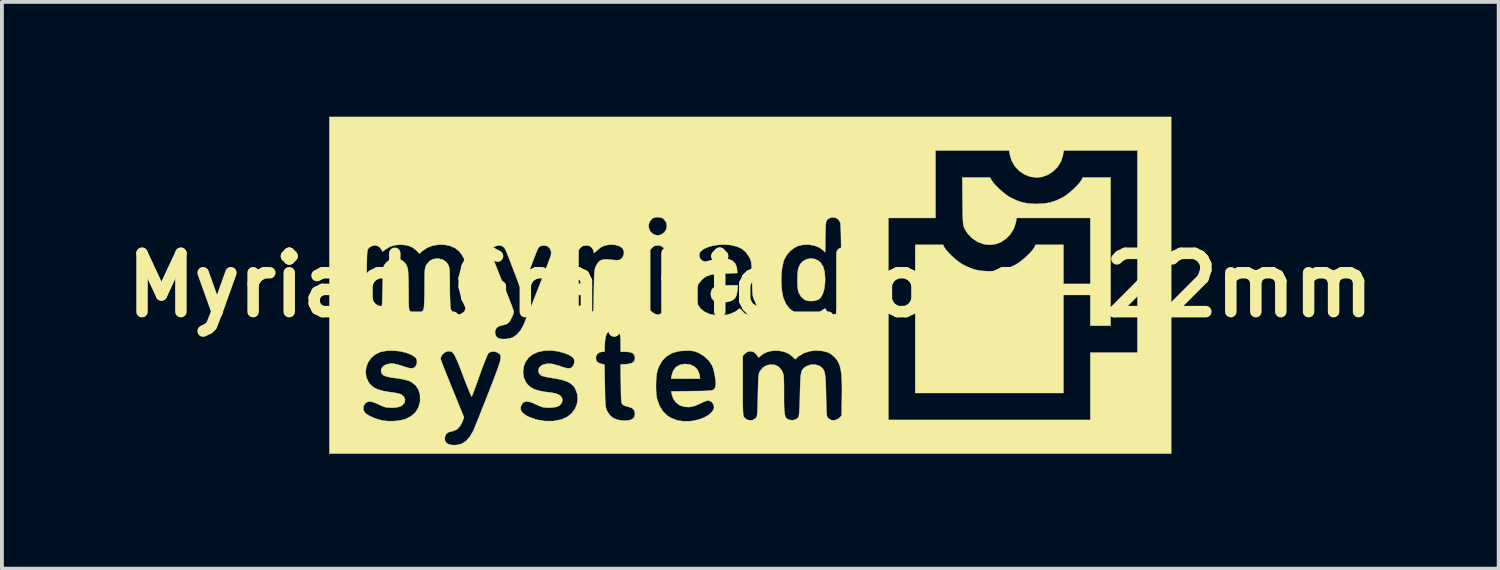
<source format=kicad_pcb>
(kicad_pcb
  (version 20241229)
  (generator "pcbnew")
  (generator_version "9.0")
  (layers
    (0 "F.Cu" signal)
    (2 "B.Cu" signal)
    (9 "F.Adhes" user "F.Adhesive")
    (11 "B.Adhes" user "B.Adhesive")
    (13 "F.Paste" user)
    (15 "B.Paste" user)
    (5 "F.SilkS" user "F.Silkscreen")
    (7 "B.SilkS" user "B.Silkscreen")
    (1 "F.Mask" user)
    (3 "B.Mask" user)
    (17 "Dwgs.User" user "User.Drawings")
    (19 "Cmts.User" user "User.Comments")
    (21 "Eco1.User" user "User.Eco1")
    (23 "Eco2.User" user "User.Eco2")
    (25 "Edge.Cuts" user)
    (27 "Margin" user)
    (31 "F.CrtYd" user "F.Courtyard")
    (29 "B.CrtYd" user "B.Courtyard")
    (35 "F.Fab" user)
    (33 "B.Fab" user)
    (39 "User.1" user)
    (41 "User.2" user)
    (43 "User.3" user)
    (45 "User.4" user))
  (footprint "Myriad_Graphic_Logo-22mm"
    (layer "F.Cu")
    (at 16.554 4.403)
    (property "Reference" "Myriad_Graphic_Logo-22mm" (at 0 0 0) (layer "F.SilkS") (effects (font (size 1.524 1.524) (thickness 0.3))))
    (attr exclude_from_pos_files exclude_from_bom)
    (fp_poly (pts (xy -1.562 2.076) (xy -1.455 2.128) (xy -1.377 2.21) (xy -1.332 2.318) (xy -1.325 2.354) (xy -1.314 2.441) (xy -2.069 2.441) (xy -2.054 2.359) (xy -2.014 2.233) (xy -1.945 2.141) (xy -1.849 2.082) (xy -1.725 2.058) (xy -1.693 2.058) (xy -1.562 2.076)) (stroke (width 0.01) (type solid)) (fill yes) (layer "F.SilkS"))
    (fp_poly (pts (xy -0.336 0.133) (xy -0.357 0.252) (xy -0.398 0.336) (xy -0.462 0.392) (xy -0.491 0.406) (xy -0.551 0.425) (xy -0.628 0.44) (xy -0.707 0.451) (xy -0.772 0.455) (xy -0.803 0.452) (xy -0.839 0.441) (xy -0.885 0.43) (xy -0.965 0.393) (xy -1.016 0.325) (xy -1.033 0.232) (xy -1.022 0.152) (xy -0.99 0.091) (xy -0.931 0.047) (xy -0.841 0.019) (xy -0.716 0.004) (xy -0.569 0) (xy -0.324 0) (xy -0.336 0.133)) (stroke (width 0.01) (type solid)) (fill yes) (layer "F.SilkS"))
    (fp_poly (pts (xy 5.069 -0.99) (xy 5.114 -0.924) (xy 5.186 -0.842) (xy 5.276 -0.754) (xy 5.373 -0.669) (xy 5.467 -0.595) (xy 5.545 -0.545) (xy 5.711 -0.462) (xy 5.867 -0.408) (xy 6.028 -0.377) (xy 6.211 -0.366) (xy 6.246 -0.366) (xy 6.434 -0.374) (xy 6.597 -0.401) (xy 6.753 -0.451) (xy 6.916 -0.529) (xy 6.946 -0.545) (xy 7.03 -0.6) (xy 7.125 -0.674) (xy 7.222 -0.76) (xy 7.311 -0.848) (xy 7.381 -0.929) (xy 7.422 -0.99) (xy 7.456 -1.056) (xy 8.181 -1.056) (xy 8.181 2.815) (xy 4.31 2.815) (xy 4.31 -1.056) (xy 5.035 -1.056) (xy 5.069 -0.99)) (stroke (width 0.01) (type solid)) (fill yes) (layer "F.SilkS"))
    (fp_poly (pts (xy 1.686 -0.686) (xy 1.786 -0.636) (xy 1.844 -0.583) (xy 1.905 -0.482) (xy 1.942 -0.346) (xy 1.955 -0.174) (xy 1.952 -0.065) (xy 1.932 0.097) (xy 1.894 0.227) (xy 1.839 0.322) (xy 1.792 0.365) (xy 1.711 0.399) (xy 1.61 0.413) (xy 1.509 0.408) (xy 1.426 0.383) (xy 1.414 0.376) (xy 1.326 0.299) (xy 1.267 0.195) (xy 1.252 0.151) (xy 1.24 0.082) (xy 1.233 -0.017) (xy 1.231 -0.132) (xy 1.233 -0.249) (xy 1.24 -0.354) (xy 1.252 -0.433) (xy 1.254 -0.443) (xy 1.303 -0.55) (xy 1.379 -0.63) (xy 1.474 -0.681) (xy 1.579 -0.7) (xy 1.686 -0.686)) (stroke (width 0.01) (type solid)) (fill yes) (layer "F.SilkS"))
    (fp_poly (pts (xy 6.3 -2.749) (xy 6.346 -2.683) (xy 6.418 -2.601) (xy 6.507 -2.513) (xy 6.604 -2.428) (xy 6.699 -2.354) (xy 6.776 -2.304) (xy 6.943 -2.222) (xy 7.098 -2.167) (xy 7.259 -2.136) (xy 7.442 -2.125) (xy 7.477 -2.125) (xy 7.665 -2.133) (xy 7.829 -2.16) (xy 7.984 -2.21) (xy 8.148 -2.288) (xy 8.178 -2.304) (xy 8.262 -2.359) (xy 8.357 -2.434) (xy 8.454 -2.52) (xy 8.542 -2.608) (xy 8.613 -2.688) (xy 8.654 -2.749) (xy 8.688 -2.815) (xy 9.412 -2.815) (xy 9.412 1.056) (xy 8.885 1.056) (xy 8.885 -1.759) (xy 6.959 -1.759) (xy 6.935 -1.629) (xy 6.884 -1.477) (xy 6.798 -1.337) (xy 6.682 -1.217) (xy 6.546 -1.126) (xy 6.413 -1.076) (xy 6.25 -1.056) (xy 6.088 -1.077) (xy 5.934 -1.136) (xy 5.796 -1.228) (xy 5.679 -1.351) (xy 5.608 -1.464) (xy 5.592 -1.497) (xy 5.579 -1.528) (xy 5.569 -1.564) (xy 5.562 -1.609) (xy 5.557 -1.67) (xy 5.553 -1.752) (xy 5.55 -1.86) (xy 5.548 -2.001) (xy 5.546 -2.18) (xy 5.546 -2.194) (xy 5.539 -2.815) (xy 6.266 -2.815) (xy 6.3 -2.749)) (stroke (width 0.01) (type solid)) (fill yes) (layer "F.SilkS"))
    (fp_poly (pts (xy 10.996 4.398) (xy -10.996 4.398) (xy -10.996 3.243) (xy -10.112 3.243) (xy -10.076 3.322) (xy -10.073 3.325) (xy -10.019 3.372) (xy -9.933 3.422) (xy -9.826 3.469) (xy -9.71 3.509) (xy -9.61 3.533) (xy -9.467 3.55) (xy -9.311 3.55) (xy -9.159 3.534) (xy -9.029 3.503) (xy -9.01 3.496) (xy -8.862 3.421) (xy -8.748 3.32) (xy -8.671 3.194) (xy -8.63 3.045) (xy -8.627 3.014) (xy -8.631 2.858) (xy -8.672 2.722) (xy -8.75 2.61) (xy -8.863 2.524) (xy -8.892 2.508) (xy -8.961 2.484) (xy -9.061 2.46) (xy -9.181 2.438) (xy -9.238 2.43) (xy -9.374 2.411) (xy -9.473 2.392) (xy -9.542 2.372) (xy -9.589 2.348) (xy -9.62 2.318) (xy -9.633 2.296) (xy -9.65 2.225) (xy -9.629 2.16) (xy -9.576 2.104) (xy -9.496 2.065) (xy -9.395 2.046) (xy -9.368 2.046) (xy -9.296 2.054) (xy -9.204 2.075) (xy -9.115 2.103) (xy -8.993 2.144) (xy -8.903 2.166) (xy -8.837 2.17) (xy -8.788 2.156) (xy -8.758 2.134) (xy -8.721 2.075) (xy -8.708 2.002) (xy -8.718 1.931) (xy -8.725 1.92) (xy -8.093 1.92) (xy -8.085 1.947) (xy -8.062 2.01) (xy -8.026 2.104) (xy -7.979 2.224) (xy -7.922 2.366) (xy -7.858 2.525) (xy -7.788 2.697) (xy -7.786 2.702) (xy -7.48 3.453) (xy -7.525 3.568) (xy -7.586 3.685) (xy -7.661 3.763) (xy -7.755 3.807) (xy -7.79 3.813) (xy -7.89 3.842) (xy -7.953 3.894) (xy -7.981 3.97) (xy -7.983 4.002) (xy -7.974 4.071) (xy -7.941 4.119) (xy -7.925 4.133) (xy -7.854 4.165) (xy -7.759 4.178) (xy -7.654 4.172) (xy -7.553 4.146) (xy -7.532 4.137) (xy -7.426 4.067) (xy -7.329 3.96) (xy -7.247 3.82) (xy -7.234 3.794) (xy -7.213 3.745) (xy -7.179 3.66) (xy -7.132 3.544) (xy -7.075 3.403) (xy -7.011 3.241) (xy -6.984 3.173) (xy -6 3.173) (xy -5.999 3.251) (xy -5.955 3.326) (xy -5.868 3.396) (xy -5.779 3.443) (xy -5.575 3.514) (xy -5.359 3.549) (xy -5.142 3.548) (xy -4.936 3.509) (xy -4.933 3.508) (xy -4.792 3.446) (xy -4.677 3.356) (xy -4.589 3.244) (xy -4.533 3.116) (xy -4.509 2.981) (xy -4.521 2.843) (xy -4.57 2.71) (xy -4.613 2.642) (xy -4.685 2.572) (xy -4.79 2.514) (xy -4.929 2.469) (xy -5.107 2.434) (xy -5.148 2.428) (xy -5.254 2.411) (xy -5.35 2.392) (xy -5.423 2.374) (xy -5.458 2.362) (xy -5.515 2.312) (xy -5.538 2.248) (xy -5.527 2.179) (xy -5.485 2.118) (xy -5.422 2.077) (xy -5.306 2.049) (xy -5.172 2.056) (xy -5.017 2.098) (xy -5.003 2.102) (xy -4.886 2.143) (xy -4.8 2.166) (xy -4.738 2.172) (xy -4.692 2.162) (xy -4.654 2.136) (xy -4.65 2.132) (xy -4.61 2.071) (xy -4.595 1.997) (xy -4.607 1.927) (xy -4.635 1.886) (xy -4.649 1.877) (xy -4.036 1.877) (xy -4.028 1.959) (xy -4.025 1.967) (xy -3.994 2.01) (xy -3.935 2.041) (xy -3.907 2.049) (xy -3.81 2.075) (xy -3.8 2.626) (xy -3.797 2.799) (xy -3.794 2.934) (xy -3.79 3.038) (xy -3.784 3.115) (xy -3.777 3.173) (xy -3.768 3.216) (xy -3.756 3.253) (xy -3.746 3.277) (xy -3.678 3.388) (xy -3.591 3.464) (xy -3.493 3.508) (xy -3.389 3.53) (xy -3.278 3.538) (xy -3.177 3.531) (xy -3.102 3.508) (xy -3.046 3.468) (xy -3.019 3.412) (xy -3.013 3.341) (xy -3.033 3.266) (xy -3.09 3.21) (xy -3.178 3.177) (xy -3.19 3.175) (xy -3.26 3.156) (xy -3.319 3.128) (xy -3.327 3.122) (xy -3.343 3.108) (xy -3.355 3.09) (xy -3.364 3.062) (xy -3.37 3.02) (xy -3.374 2.956) (xy -3.378 2.866) (xy -3.38 2.743) (xy -3.382 2.594) (xy -2.464 2.594) (xy -2.463 2.73) (xy -2.456 2.853) (xy -2.442 2.949) (xy -2.44 2.958) (xy -2.377 3.141) (xy -2.288 3.29) (xy -2.172 3.405) (xy -2.063 3.472) (xy -1.904 3.531) (xy -1.736 3.556) (xy -1.549 3.55) (xy -1.475 3.539) (xy -1.336 3.506) (xy -1.209 3.457) (xy -1.099 3.395) (xy -1.015 3.324) (xy -0.961 3.251) (xy -0.946 3.188) (xy -0.964 3.108) (xy -1.012 3.047) (xy -1.08 3.015) (xy -1.105 3.013) (xy -1.156 3.023) (xy -1.229 3.051) (xy -1.308 3.09) (xy -1.31 3.091) (xy -1.457 3.155) (xy -1.599 3.183) (xy -1.731 3.175) (xy -1.847 3.134) (xy -1.944 3.062) (xy -2.014 2.96) (xy -2.052 2.843) (xy -2.066 2.773) (xy -1.53 2.766) (xy -1.361 2.764) (xy -1.231 2.762) (xy -1.134 2.758) (xy -1.064 2.754) (xy -1.015 2.748) (xy -0.983 2.739) (xy -0.961 2.728) (xy -0.948 2.718) (xy -0.913 2.667) (xy -0.902 2.59) (xy -0.902 2.583) (xy -0.907 2.492) (xy -0.923 2.384) (xy -0.945 2.272) (xy -0.97 2.172) (xy -0.997 2.097) (xy -1.001 2.088) (xy -1.084 1.968) (xy -1.197 1.861) (xy -1.215 1.85) (xy -0.198 1.85) (xy -0.198 2.624) (xy -0.198 2.833) (xy -0.197 3.002) (xy -0.196 3.136) (xy -0.193 3.239) (xy -0.19 3.316) (xy -0.185 3.372) (xy -0.179 3.41) (xy -0.171 3.435) (xy -0.163 3.449) (xy -0.098 3.507) (xy -0.017 3.531) (xy 0.067 3.521) (xy 0.142 3.474) (xy 0.143 3.474) (xy 0.157 3.457) (xy 0.167 3.436) (xy 0.175 3.404) (xy 0.182 3.355) (xy 0.187 3.285) (xy 0.191 3.187) (xy 0.194 3.057) (xy 0.198 2.888) (xy 0.198 2.875) (xy 0.202 2.702) (xy 0.206 2.567) (xy 0.21 2.465) (xy 0.215 2.39) (xy 0.222 2.335) (xy 0.231 2.296) (xy 0.242 2.266) (xy 0.253 2.245) (xy 0.329 2.151) (xy 0.424 2.094) (xy 0.521 2.074) (xy 0.64 2.081) (xy 0.736 2.125) (xy 0.81 2.207) (xy 0.83 2.242) (xy 0.846 2.276) (xy 0.858 2.31) (xy 0.867 2.351) (xy 0.873 2.404) (xy 0.877 2.478) (xy 0.879 2.577) (xy 0.88 2.708) (xy 0.88 2.842) (xy 0.88 3.026) (xy 0.883 3.172) (xy 0.889 3.283) (xy 0.899 3.366) (xy 0.914 3.425) (xy 0.935 3.465) (xy 0.963 3.492) (xy 1 3.511) (xy 1.013 3.516) (xy 1.098 3.528) (xy 1.179 3.51) (xy 1.243 3.468) (xy 1.259 3.445) (xy 1.269 3.409) (xy 1.278 3.336) (xy 1.286 3.225) (xy 1.292 3.074) (xy 1.297 2.881) (xy 1.297 2.848) (xy 1.302 2.662) (xy 1.307 2.515) (xy 1.314 2.402) (xy 1.325 2.316) (xy 1.34 2.252) (xy 1.362 2.205) (xy 1.392 2.169) (xy 1.43 2.14) (xy 1.479 2.111) (xy 1.479 2.111) (xy 1.578 2.076) (xy 1.687 2.073) (xy 1.788 2.099) (xy 1.832 2.124) (xy 1.871 2.155) (xy 1.902 2.189) (xy 1.925 2.23) (xy 1.943 2.285) (xy 1.956 2.359) (xy 1.965 2.457) (xy 1.972 2.585) (xy 1.977 2.748) (xy 1.979 2.875) (xy 1.983 3.045) (xy 1.986 3.177) (xy 1.99 3.277) (xy 1.994 3.348) (xy 2 3.398) (xy 2.008 3.432) (xy 2.019 3.454) (xy 2.033 3.472) (xy 2.04 3.479) (xy 2.111 3.522) (xy 2.195 3.53) (xy 2.278 3.504) (xy 2.326 3.468) (xy 2.386 3.408) (xy 2.393 2.934) (xy 2.395 2.703) (xy 2.392 2.51) (xy 2.383 2.352) (xy 2.366 2.222) (xy 2.342 2.116) (xy 2.309 2.029) (xy 2.267 1.955) (xy 2.213 1.89) (xy 2.195 1.872) (xy 2.122 1.807) (xy 2.048 1.763) (xy 1.957 1.733) (xy 1.88 1.716) (xy 1.72 1.703) (xy 1.558 1.722) (xy 1.406 1.77) (xy 1.275 1.845) (xy 1.23 1.882) (xy 1.174 1.935) (xy 1.111 1.87) (xy 1.007 1.79) (xy 0.88 1.736) (xy 0.739 1.709) (xy 0.595 1.709) (xy 0.458 1.736) (xy 0.338 1.791) (xy 0.265 1.85) (xy 0.227 1.882) (xy 0.206 1.879) (xy 0.204 1.873) (xy 0.183 1.838) (xy 0.146 1.79) (xy 0.143 1.786) (xy 0.075 1.738) (xy -0.006 1.723) (xy -0.086 1.743) (xy -0.145 1.789) (xy -0.198 1.85) (xy -1.215 1.85) (xy -1.328 1.778) (xy -1.347 1.769) (xy -1.423 1.737) (xy -1.491 1.719) (xy -1.567 1.709) (xy -1.668 1.707) (xy -1.682 1.707) (xy -1.88 1.724) (xy -2.051 1.775) (xy -2.193 1.86) (xy -2.307 1.979) (xy -2.392 2.131) (xy -2.432 2.248) (xy -2.449 2.339) (xy -2.46 2.459) (xy -2.464 2.594) (xy -3.382 2.594) (xy -3.382 2.583) (xy -3.382 2.578) (xy -3.389 2.072) (xy -3.246 2.063) (xy -3.135 2.048) (xy -3.062 2.016) (xy -3.023 1.965) (xy -3.013 1.904) (xy -3.026 1.829) (xy -3.067 1.777) (xy -3.139 1.748) (xy -3.248 1.737) (xy -3.264 1.737) (xy -3.387 1.737) (xy -3.387 1.527) (xy -3.389 1.43) (xy -3.396 1.347) (xy -3.405 1.288) (xy -3.41 1.272) (xy -3.458 1.224) (xy -3.53 1.19) (xy -3.607 1.179) (xy -3.64 1.184) (xy -3.704 1.212) (xy -3.749 1.261) (xy -3.778 1.337) (xy -3.795 1.446) (xy -3.801 1.529) (xy -3.81 1.737) (xy -3.868 1.737) (xy -3.949 1.756) (xy -4.007 1.806) (xy -4.036 1.877) (xy -4.649 1.877) (xy -4.726 1.826) (xy -4.854 1.773) (xy -5.009 1.73) (xy -5.026 1.726) (xy -5.211 1.703) (xy -5.388 1.71) (xy -5.55 1.745) (xy -5.69 1.808) (xy -5.789 1.886) (xy -5.872 1.999) (xy -5.922 2.129) (xy -5.938 2.267) (xy -5.92 2.402) (xy -5.868 2.527) (xy -5.81 2.602) (xy -5.736 2.666) (xy -5.645 2.716) (xy -5.53 2.754) (xy -5.385 2.783) (xy -5.21 2.804) (xy -5.084 2.827) (xy -4.99 2.868) (xy -4.929 2.923) (xy -4.906 2.989) (xy -4.923 3.065) (xy -4.929 3.077) (xy -4.979 3.137) (xy -5.055 3.176) (xy -5.161 3.195) (xy -5.257 3.199) (xy -5.348 3.196) (xy -5.419 3.186) (xy -5.489 3.163) (xy -5.577 3.124) (xy -5.591 3.117) (xy -5.715 3.063) (xy -5.811 3.038) (xy -5.884 3.041) (xy -5.939 3.072) (xy -5.958 3.093) (xy -6 3.173) (xy -6.984 3.173) (xy -6.941 3.065) (xy -6.868 2.878) (xy -6.84 2.807) (xy -6.753 2.584) (xy -6.681 2.398) (xy -6.624 2.245) (xy -6.58 2.122) (xy -6.549 2.025) (xy -6.529 1.95) (xy -6.52 1.893) (xy -6.522 1.851) (xy -6.532 1.82) (xy -6.55 1.796) (xy -6.576 1.775) (xy -6.59 1.766) (xy -6.667 1.735) (xy -6.75 1.732) (xy -6.82 1.756) (xy -6.839 1.771) (xy -6.858 1.803) (xy -6.889 1.871) (xy -6.928 1.968) (xy -6.975 2.088) (xy -7.027 2.225) (xy -7.073 2.353) (xy -7.125 2.499) (xy -7.172 2.631) (xy -7.214 2.744) (xy -7.247 2.831) (xy -7.269 2.888) (xy -7.278 2.909) (xy -7.289 2.894) (xy -7.314 2.842) (xy -7.349 2.76) (xy -7.393 2.652) (xy -7.444 2.523) (xy -7.498 2.381) (xy -7.567 2.199) (xy -7.624 2.055) (xy -7.671 1.943) (xy -7.71 1.86) (xy -7.744 1.801) (xy -7.775 1.762) (xy -7.805 1.737) (xy -7.833 1.725) (xy -7.905 1.723) (xy -7.98 1.753) (xy -8.044 1.807) (xy -8.084 1.874) (xy -8.093 1.92) (xy -8.725 1.92) (xy -8.747 1.886) (xy -8.854 1.816) (xy -8.992 1.762) (xy -9.149 1.725) (xy -9.315 1.707) (xy -9.479 1.709) (xy -9.629 1.734) (xy -9.675 1.747) (xy -9.806 1.812) (xy -9.912 1.904) (xy -9.989 2.017) (xy -10.036 2.143) (xy -10.051 2.275) (xy -10.032 2.407) (xy -9.976 2.53) (xy -9.926 2.596) (xy -9.842 2.668) (xy -9.731 2.723) (xy -9.589 2.764) (xy -9.41 2.793) (xy -9.395 2.794) (xy -9.288 2.81) (xy -9.195 2.829) (xy -9.129 2.849) (xy -9.116 2.856) (xy -9.05 2.914) (xy -9.021 2.984) (xy -9.032 3.059) (xy -9.04 3.075) (xy -9.09 3.136) (xy -9.164 3.175) (xy -9.268 3.195) (xy -9.369 3.199) (xy -9.46 3.196) (xy -9.531 3.186) (xy -9.601 3.163) (xy -9.689 3.124) (xy -9.703 3.117) (xy -9.821 3.065) (xy -9.912 3.04) (xy -9.982 3.041) (xy -10.039 3.068) (xy -10.062 3.089) (xy -10.107 3.161) (xy -10.112 3.243) (xy -10.996 3.243) (xy -10.996 0.209) (xy -10.026 0.209) (xy -10.024 0.353) (xy -10.02 0.467) (xy -10.014 0.554) (xy -10.003 0.618) (xy -9.989 0.664) (xy -9.971 0.697) (xy -9.948 0.72) (xy -9.923 0.737) (xy -9.842 0.76) (xy -9.754 0.752) (xy -9.679 0.715) (xy -9.667 0.704) (xy -9.653 0.688) (xy -9.642 0.667) (xy -9.633 0.635) (xy -9.627 0.588) (xy -9.622 0.52) (xy -9.618 0.425) (xy -9.614 0.298) (xy -9.61 0.133) (xy -9.61 0.104) (xy -9.605 -0.079) (xy -9.599 -0.235) (xy -9.592 -0.36) (xy -9.584 -0.45) (xy -9.575 -0.502) (xy -9.573 -0.508) (xy -9.539 -0.56) (xy -9.489 -0.614) (xy -9.48 -0.622) (xy -9.381 -0.68) (xy -9.275 -0.7) (xy -9.17 -0.683) (xy -9.076 -0.634) (xy -9.001 -0.556) (xy -8.953 -0.451) (xy -8.945 -0.4) (xy -8.939 -0.312) (xy -8.933 -0.193) (xy -8.93 -0.05) (xy -8.929 0.111) (xy -8.929 0.134) (xy -8.928 0.296) (xy -8.927 0.419) (xy -8.925 0.51) (xy -8.921 0.575) (xy -8.915 0.62) (xy -8.906 0.652) (xy -8.894 0.675) (xy -8.884 0.689) (xy -8.816 0.744) (xy -8.737 0.764) (xy -8.657 0.752) (xy -8.588 0.71) (xy -8.54 0.641) (xy -8.534 0.621) (xy -8.527 0.575) (xy -8.521 0.493) (xy -8.516 0.381) (xy -8.512 0.248) (xy -8.511 0.102) (xy -8.51 0.044) (xy -8.51 -0.117) (xy -8.509 -0.24) (xy -8.507 -0.332) (xy -8.502 -0.399) (xy -8.496 -0.447) (xy -8.486 -0.483) (xy -8.474 -0.513) (xy -8.461 -0.536) (xy -8.386 -0.629) (xy -8.289 -0.683) (xy -8.172 -0.698) (xy -8.152 -0.697) (xy -8.035 -0.669) (xy -7.946 -0.607) (xy -7.889 -0.526) (xy -7.877 -0.496) (xy -7.867 -0.458) (xy -7.86 -0.407) (xy -7.855 -0.335) (xy -7.853 -0.237) (xy -7.851 -0.107) (xy -7.851 0.044) (xy -7.85 0.195) (xy -7.847 0.334) (xy -7.842 0.454) (xy -7.837 0.549) (xy -7.83 0.609) (xy -7.828 0.621) (xy -7.787 0.697) (xy -7.722 0.746) (xy -7.643 0.764) (xy -7.562 0.751) (xy -7.491 0.704) (xy -7.477 0.687) (xy -7.463 0.669) (xy -7.453 0.648) (xy -7.445 0.619) (xy -7.44 0.578) (xy -7.436 0.518) (xy -7.435 0.435) (xy -7.435 0.324) (xy -7.436 0.179) (xy -7.437 0.001) (xy -7.439 -0.182) (xy -7.442 -0.327) (xy -7.444 -0.438) (xy -7.448 -0.522) (xy -7.453 -0.585) (xy -7.46 -0.631) (xy -7.469 -0.666) (xy -7.481 -0.696) (xy -7.496 -0.726) (xy -7.54 -0.799) (xy -7.581 -0.856) (xy -6.773 -0.856) (xy -6.765 -0.825) (xy -6.742 -0.759) (xy -6.706 -0.662) (xy -6.659 -0.539) (xy -6.602 -0.395) (xy -6.539 -0.235) (xy -6.476 -0.082) (xy -6.408 0.088) (xy -6.345 0.246) (xy -6.289 0.388) (xy -6.243 0.509) (xy -6.208 0.603) (xy -6.186 0.666) (xy -6.18 0.691) (xy -6.192 0.751) (xy -6.223 0.827) (xy -6.264 0.905) (xy -6.307 0.969) (xy -6.337 0.998) (xy -6.393 1.024) (xy -6.465 1.043) (xy -6.477 1.045) (xy -6.569 1.07) (xy -6.628 1.113) (xy -6.662 1.173) (xy -6.67 1.251) (xy -6.645 1.329) (xy -6.602 1.377) (xy -6.549 1.397) (xy -6.469 1.406) (xy -6.376 1.403) (xy -6.285 1.389) (xy -6.212 1.366) (xy -6.103 1.294) (xy -6.006 1.182) (xy -5.93 1.05) (xy -5.91 1.004) (xy -5.877 0.923) (xy -5.832 0.813) (xy -5.778 0.68) (xy -5.718 0.528) (xy -5.652 0.364) (xy -5.585 0.193) (xy -5.516 0.019) (xy -5.45 -0.15) (xy -5.387 -0.311) (xy -5.331 -0.456) (xy -5.283 -0.582) (xy -5.245 -0.682) (xy -5.219 -0.751) (xy -5.209 -0.78) (xy -5.202 -0.869) (xy -5.219 -0.921) (xy -4.486 -0.921) (xy -4.486 0.641) (xy -4.422 0.705) (xy -4.345 0.758) (xy -4.265 0.767) (xy -4.183 0.732) (xy -4.161 0.715) (xy -4.095 0.66) (xy -4.087 0.127) (xy -4.084 -0.041) (xy -4.081 -0.172) (xy -4.077 -0.271) (xy -4.072 -0.344) (xy -4.065 -0.399) (xy -4.056 -0.441) (xy -4.043 -0.476) (xy -4.027 -0.512) (xy -4.027 -0.512) (xy -3.976 -0.596) (xy -3.916 -0.648) (xy -3.837 -0.673) (xy -3.73 -0.675) (xy -3.685 -0.671) (xy -3.569 -0.66) (xy -3.488 -0.655) (xy -3.433 -0.659) (xy -3.395 -0.673) (xy -3.365 -0.696) (xy -3.35 -0.713) (xy -3.307 -0.791) (xy -3.3 -0.875) (xy -3.318 -0.921) (xy -2.617 -0.921) (xy -2.617 0.656) (xy -2.549 0.713) (xy -2.487 0.751) (xy -2.425 0.769) (xy -2.419 0.77) (xy -2.359 0.755) (xy -2.295 0.718) (xy -2.289 0.713) (xy -2.221 0.656) (xy -2.221 0.261) (xy -1.433 0.261) (xy -1.409 0.41) (xy -1.376 0.499) (xy -1.301 0.609) (xy -1.194 0.695) (xy -1.06 0.754) (xy -0.905 0.786) (xy -0.733 0.788) (xy -0.59 0.767) (xy -0.501 0.74) (xy -0.414 0.701) (xy -0.341 0.657) (xy -0.297 0.616) (xy -0.296 0.614) (xy -0.272 0.612) (xy -0.23 0.649) (xy -0.208 0.673) (xy -0.16 0.725) (xy -0.117 0.751) (xy -0.061 0.758) (xy -0.033 0.759) (xy 0.038 0.754) (xy 0.086 0.733) (xy 0.123 0.697) (xy 0.162 0.636) (xy 0.172 0.57) (xy 0.153 0.491) (xy 0.117 0.412) (xy 0.097 0.372) (xy 0.082 0.334) (xy 0.07 0.292) (xy 0.062 0.239) (xy 0.056 0.167) (xy 0.052 0.07) (xy 0.048 -0.06) (xy 0.047 -0.07) (xy 0.809 -0.07) (xy 0.823 0.126) (xy 0.855 0.301) (xy 0.867 0.341) (xy 0.934 0.494) (xy 1.032 0.617) (xy 1.156 0.709) (xy 1.302 0.766) (xy 1.466 0.787) (xy 1.643 0.769) (xy 1.649 0.768) (xy 1.748 0.734) (xy 1.844 0.68) (xy 1.86 0.668) (xy 1.916 0.627) (xy 1.949 0.611) (xy 1.965 0.618) (xy 1.972 0.632) (xy 2.018 0.706) (xy 2.084 0.75) (xy 2.161 0.765) (xy 2.238 0.75) (xy 2.304 0.706) (xy 2.348 0.634) (xy 2.352 0.621) (xy 2.357 0.579) (xy 2.362 0.499) (xy 2.366 0.386) (xy 2.369 0.244) (xy 2.372 0.081) (xy 2.374 -0.099) (xy 2.375 -0.291) (xy 2.375 -0.488) (xy 2.375 -0.686) (xy 2.374 -0.879) (xy 2.372 -1.062) (xy 2.37 -1.228) (xy 2.367 -1.374) (xy 2.363 -1.493) (xy 2.358 -1.579) (xy 2.353 -1.628) (xy 2.352 -1.633) (xy 2.311 -1.708) (xy 2.245 -1.757) (xy 2.234 -1.759) (xy 3.607 -1.759) (xy 3.607 3.519) (xy 8.885 3.519) (xy 8.885 1.759) (xy 10.116 1.759) (xy 10.116 -3.519) (xy 8.191 -3.519) (xy 8.166 -3.388) (xy 8.115 -3.231) (xy 8.028 -3.091) (xy 7.913 -2.975) (xy 7.774 -2.886) (xy 7.62 -2.831) (xy 7.477 -2.815) (xy 7.314 -2.836) (xy 7.161 -2.896) (xy 7.026 -2.988) (xy 6.913 -3.108) (xy 6.831 -3.25) (xy 6.788 -3.388) (xy 6.763 -3.519) (xy 4.838 -3.519) (xy 4.838 -1.759) (xy 3.607 -1.759) (xy 2.234 -1.759) (xy 2.165 -1.776) (xy 2.084 -1.763) (xy 2.013 -1.716) (xy 2.01 -1.713) (xy 1.995 -1.692) (xy 1.984 -1.664) (xy 1.976 -1.621) (xy 1.97 -1.557) (xy 1.966 -1.465) (xy 1.963 -1.339) (xy 1.961 -1.265) (xy 1.955 -0.862) (xy 1.9 -0.916) (xy 1.8 -0.989) (xy 1.671 -1.037) (xy 1.526 -1.061) (xy 1.374 -1.056) (xy 1.265 -1.034) (xy 1.156 -0.984) (xy 1.05 -0.902) (xy 0.958 -0.798) (xy 0.891 -0.684) (xy 0.872 -0.635) (xy 0.833 -0.466) (xy 0.812 -0.272) (xy 0.809 -0.07) (xy 0.047 -0.07) (xy 0.045 -0.165) (xy 0.041 -0.319) (xy 0.037 -0.435) (xy 0.032 -0.522) (xy 0.025 -0.586) (xy 0.017 -0.633) (xy 0.004 -0.672) (xy -0.013 -0.708) (xy -0.033 -0.745) (xy -0.114 -0.863) (xy -0.215 -0.95) (xy -0.341 -1.01) (xy -0.5 -1.048) (xy -0.528 -1.053) (xy -0.68 -1.064) (xy -0.833 -1.056) (xy -0.979 -1.033) (xy -1.11 -0.996) (xy -1.218 -0.947) (xy -1.294 -0.887) (xy -1.319 -0.854) (xy -1.337 -0.779) (xy -1.317 -0.706) (xy -1.262 -0.647) (xy -1.249 -0.639) (xy -1.215 -0.623) (xy -1.18 -0.619) (xy -1.132 -0.626) (xy -1.057 -0.645) (xy -1.024 -0.655) (xy -0.849 -0.694) (xy -0.695 -0.704) (xy -0.566 -0.685) (xy -0.464 -0.638) (xy -0.392 -0.565) (xy -0.353 -0.465) (xy -0.347 -0.418) (xy -0.341 -0.319) (xy -0.66 -0.307) (xy -0.823 -0.299) (xy -0.951 -0.287) (xy -1.05 -0.268) (xy -1.13 -0.24) (xy -1.198 -0.201) (xy -1.261 -0.149) (xy -1.279 -0.132) (xy -1.366 -0.018) (xy -1.418 0.116) (xy -1.433 0.261) (xy -2.221 0.261) (xy -2.221 -0.921) (xy -2.272 -0.98) (xy -2.317 -1.021) (xy -2.373 -1.037) (xy -2.419 -1.04) (xy -2.49 -1.033) (xy -2.539 -1.008) (xy -2.566 -0.98) (xy -2.617 -0.921) (xy -3.318 -0.921) (xy -3.33 -0.953) (xy -3.35 -0.977) (xy -3.422 -1.023) (xy -3.521 -1.053) (xy -3.633 -1.063) (xy -3.722 -1.055) (xy -3.82 -1.031) (xy -3.896 -0.997) (xy -3.969 -0.942) (xy -4.008 -0.906) (xy -4.056 -0.862) (xy -4.08 -0.846) (xy -4.089 -0.856) (xy -4.09 -0.874) (xy -4.104 -0.922) (xy -4.138 -0.977) (xy -4.141 -0.98) (xy -4.187 -1.021) (xy -4.242 -1.037) (xy -4.288 -1.04) (xy -4.359 -1.033) (xy -4.408 -1.008) (xy -4.435 -0.98) (xy -4.486 -0.921) (xy -5.219 -0.921) (xy -5.228 -0.95) (xy -5.282 -1.009) (xy -5.308 -1.023) (xy -5.397 -1.042) (xy -5.478 -1.026) (xy -5.531 -0.989) (xy -5.548 -0.958) (xy -5.577 -0.892) (xy -5.616 -0.796) (xy -5.662 -0.677) (xy -5.712 -0.541) (xy -5.754 -0.426) (xy -5.806 -0.282) (xy -5.853 -0.15) (xy -5.895 -0.037) (xy -5.928 0.051) (xy -5.95 0.109) (xy -5.958 0.128) (xy -5.974 0.13) (xy -5.997 0.093) (xy -6.031 0.014) (xy -6.033 0.008) (xy -6.121 -0.225) (xy -6.196 -0.421) (xy -6.257 -0.582) (xy -6.308 -0.711) (xy -6.348 -0.811) (xy -6.379 -0.886) (xy -6.403 -0.939) (xy -6.421 -0.972) (xy -6.432 -0.989) (xy -6.497 -1.032) (xy -6.574 -1.042) (xy -6.651 -1.024) (xy -6.717 -0.98) (xy -6.761 -0.917) (xy -6.773 -0.856) (xy -7.581 -0.856) (xy -7.589 -0.867) (xy -7.606 -0.887) (xy -7.714 -0.973) (xy -7.847 -1.03) (xy -7.996 -1.06) (xy -8.151 -1.061) (xy -8.305 -1.034) (xy -8.448 -0.978) (xy -8.57 -0.895) (xy -8.583 -0.884) (xy -8.644 -0.826) (xy -8.713 -0.9) (xy -8.821 -0.987) (xy -8.952 -1.04) (xy -9.109 -1.06) (xy -9.135 -1.06) (xy -9.287 -1.048) (xy -9.416 -1.007) (xy -9.536 -0.934) (xy -9.537 -0.933) (xy -9.609 -0.879) (xy -9.642 -0.943) (xy -9.697 -1.007) (xy -9.771 -1.039) (xy -9.854 -1.038) (xy -9.933 -1.003) (xy -9.966 -0.975) (xy -9.98 -0.959) (xy -9.991 -0.942) (xy -10 -0.919) (xy -10.006 -0.885) (xy -10.012 -0.835) (xy -10.015 -0.764) (xy -10.018 -0.669) (xy -10.02 -0.544) (xy -10.022 -0.384) (xy -10.024 -0.191) (xy -10.026 0.029) (xy -10.026 0.209) (xy -10.996 0.209) (xy -10.996 -1.589) (xy -2.656 -1.589) (xy -2.653 -1.5) (xy -2.619 -1.415) (xy -2.558 -1.35) (xy -2.522 -1.33) (xy -2.456 -1.305) (xy -2.404 -1.302) (xy -2.344 -1.319) (xy -2.321 -1.329) (xy -2.246 -1.381) (xy -2.197 -1.458) (xy -2.179 -1.546) (xy -2.194 -1.634) (xy -2.215 -1.672) (xy -2.269 -1.737) (xy -2.329 -1.77) (xy -2.41 -1.78) (xy -2.419 -1.78) (xy -2.503 -1.772) (xy -2.564 -1.741) (xy -2.618 -1.679) (xy -2.623 -1.672) (xy -2.656 -1.589) (xy -10.996 -1.589) (xy -10.996 -4.398) (xy 10.996 -4.398) (xy 10.996 4.398)) (stroke (width 0.01) (type solid)) (fill yes) (layer "F.SilkS")))
  (gr_rect
    (start -3 -3)
    (end 36.107 11.807)
    (stroke (width 0.1) (type default))
    (fill no)
    (layer "Edge.Cuts")))
</source>
